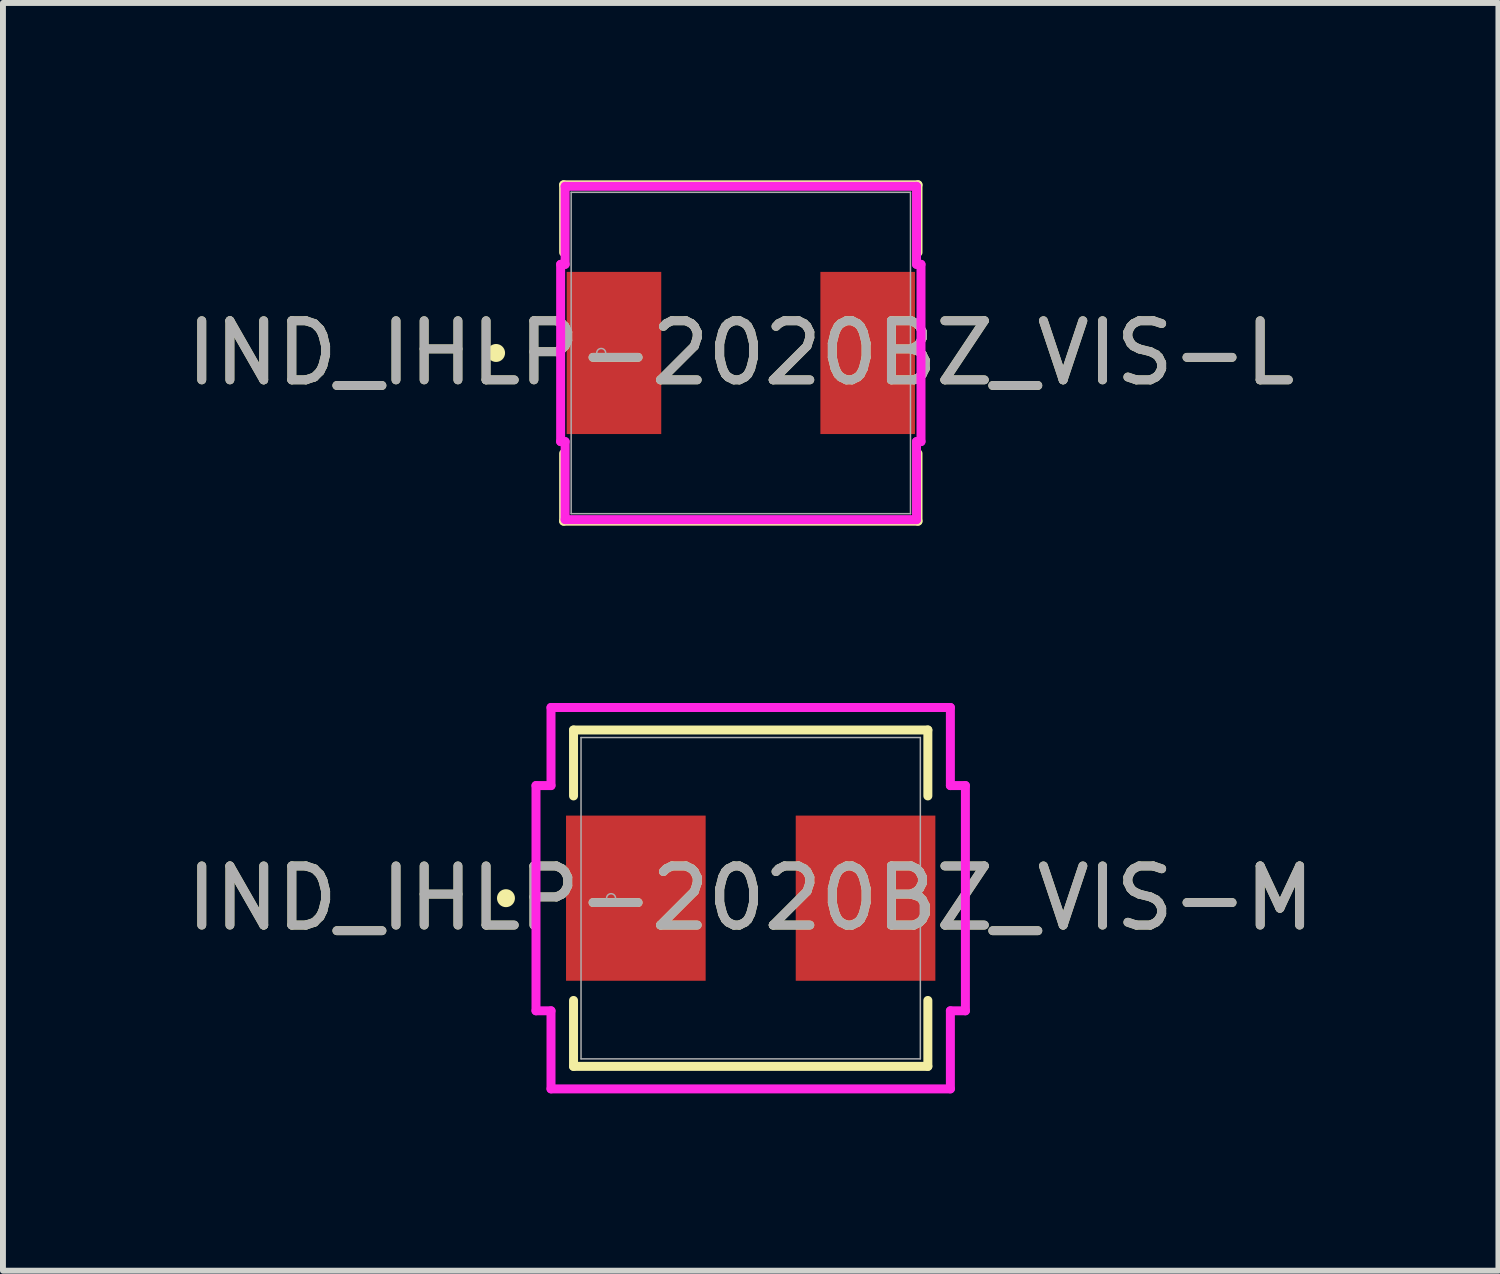
<source format=kicad_pcb>
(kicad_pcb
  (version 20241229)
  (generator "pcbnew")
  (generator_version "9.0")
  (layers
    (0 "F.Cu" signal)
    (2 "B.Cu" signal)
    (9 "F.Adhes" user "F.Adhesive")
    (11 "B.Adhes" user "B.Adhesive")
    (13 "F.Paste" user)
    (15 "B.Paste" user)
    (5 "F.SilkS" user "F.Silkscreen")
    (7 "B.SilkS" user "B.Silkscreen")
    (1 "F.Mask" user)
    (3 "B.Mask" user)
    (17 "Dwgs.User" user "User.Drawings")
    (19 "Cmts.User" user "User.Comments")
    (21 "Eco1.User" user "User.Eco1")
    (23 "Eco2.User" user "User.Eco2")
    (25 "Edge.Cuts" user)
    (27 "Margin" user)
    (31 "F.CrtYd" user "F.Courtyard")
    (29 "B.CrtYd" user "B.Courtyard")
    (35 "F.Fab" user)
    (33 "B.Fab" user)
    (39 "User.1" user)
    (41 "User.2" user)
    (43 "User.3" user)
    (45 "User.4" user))
  (footprint "IND_IHLP-2020BZ_VIS-M"
    (layer "F.Cu")
    (at 9.649 12.144)
    (property "Reference" "IND_IHLP-2020BZ_VIS-M" (at 0 0 0) (unlocked yes) (layer "F.SilkS") (effects (font (size 1 1) (thickness 0.15))))
    (attr smd)
    (fp_line (start -2.997 -2.845) (end -2.997 -1.73) (stroke (width 0.152) (type solid)) (layer "F.SilkS"))
    (fp_line (start -2.997 1.73) (end -2.997 2.845) (stroke (width 0.152) (type solid)) (layer "F.SilkS"))
    (fp_line (start -2.997 2.845) (end 2.997 2.845) (stroke (width 0.152) (type solid)) (layer "F.SilkS"))
    (fp_line (start 2.997 -2.845) (end -2.997 -2.845) (stroke (width 0.152) (type solid)) (layer "F.SilkS"))
    (fp_line (start 2.997 -1.73) (end 2.997 -2.845) (stroke (width 0.152) (type solid)) (layer "F.SilkS"))
    (fp_line (start 2.997 2.845) (end 2.997 1.73) (stroke (width 0.152) (type solid)) (layer "F.SilkS"))
    (fp_circle (center -4.14 0) (end -4.064 0) (stroke (width 0.152) (type solid)) (fill no) (layer "F.SilkS"))
    (fp_line (start -3.632 -1.905) (end -3.378 -1.905) (stroke (width 0.152) (type solid)) (layer "F.CrtYd"))
    (fp_line (start -3.632 1.905) (end -3.632 -1.905) (stroke (width 0.152) (type solid)) (layer "F.CrtYd"))
    (fp_line (start -3.378 -3.226) (end 3.378 -3.226) (stroke (width 0.152) (type solid)) (layer "F.CrtYd"))
    (fp_line (start -3.378 -1.905) (end -3.378 -3.226) (stroke (width 0.152) (type solid)) (layer "F.CrtYd"))
    (fp_line (start -3.378 1.905) (end -3.632 1.905) (stroke (width 0.152) (type solid)) (layer "F.CrtYd"))
    (fp_line (start -3.378 3.226) (end -3.378 1.905) (stroke (width 0.152) (type solid)) (layer "F.CrtYd"))
    (fp_line (start 3.378 -3.226) (end 3.378 -1.905) (stroke (width 0.152) (type solid)) (layer "F.CrtYd"))
    (fp_line (start 3.378 -1.905) (end 3.632 -1.905) (stroke (width 0.152) (type solid)) (layer "F.CrtYd"))
    (fp_line (start 3.378 1.905) (end 3.378 3.226) (stroke (width 0.152) (type solid)) (layer "F.CrtYd"))
    (fp_line (start 3.378 3.226) (end -3.378 3.226) (stroke (width 0.152) (type solid)) (layer "F.CrtYd"))
    (fp_line (start 3.632 -1.905) (end 3.632 1.905) (stroke (width 0.152) (type solid)) (layer "F.CrtYd"))
    (fp_line (start 3.632 1.905) (end 3.378 1.905) (stroke (width 0.152) (type solid)) (layer "F.CrtYd"))
    (fp_line (start -2.87 -2.718) (end -2.87 2.718) (stroke (width 0.025) (type solid)) (layer "F.Fab"))
    (fp_line (start -2.87 2.718) (end 2.87 2.718) (stroke (width 0.025) (type solid)) (layer "F.Fab"))
    (fp_line (start 2.87 -2.718) (end -2.87 -2.718) (stroke (width 0.025) (type solid)) (layer "F.Fab"))
    (fp_line (start 2.87 2.718) (end 2.87 -2.718) (stroke (width 0.025) (type solid)) (layer "F.Fab"))
    (fp_circle (center -2.362 0) (end -2.286 0) (stroke (width 0.025) (type solid)) (fill no) (layer "F.Fab"))
    (fp_text user "${REFERENCE}" (at 0 0 0) (unlocked yes) (layer "F.Fab") (effects (font (size 1 1) (thickness 0.15))))
    (pad "1" smd rect (at -1.943 0 90) (size 2.794 2.362) (layers "F.Cu" "F.Mask" "F.Paste"))
    (pad "2" smd rect (at 1.943 0 90) (size 2.794 2.362) (layers "F.Cu" "F.Mask" "F.Paste"))
    (zone (net_name "") (layer "F.Cu") (hatch full 0.508) (connect_pads) (min_thickness 0.254) (filled_areas_thickness no) (keepout (tracks not_allowed) (vias not_allowed) (pads allowed) (copperpour not_allowed) (footprints allowed)) (placement (enabled no)) (fill) (polygon (pts (xy 6.829 9.477) (xy 12.468 9.477) (xy 12.468 10.696) (xy 6.829 10.696))))
    (zone (net_name "") (layer "F.Cu") (hatch full 0.508) (connect_pads) (min_thickness 0.254) (filled_areas_thickness no) (keepout (tracks not_allowed) (vias not_allowed) (pads allowed) (copperpour not_allowed) (footprints allowed)) (placement (enabled no)) (fill) (polygon (pts (xy 6.829 13.592) (xy 12.468 13.592) (xy 12.468 14.811) (xy 6.829 14.811))))
    (zone (net_name "") (layer "F.Cu") (hatch full 0.508) (connect_pads) (min_thickness 0.254) (filled_areas_thickness no) (keepout (tracks not_allowed) (vias not_allowed) (pads allowed) (copperpour not_allowed) (footprints allowed)) (placement (enabled no)) (fill) (polygon (pts (xy 8.938 10.696) (xy 10.36 10.696) (xy 10.36 13.592) (xy 8.938 13.592)))))
  (footprint "IND_IHLP-2020BZ_VIS-L"
    (layer "F.Cu")
    (at 9.482 2.921)
    (property "Reference" "IND_IHLP-2020BZ_VIS-L" (at 0 0 0) (unlocked yes) (layer "F.SilkS") (effects (font (size 1 1) (thickness 0.15))))
    (attr smd)
    (fp_line (start -2.997 -2.845) (end -2.997 -1.7) (stroke (width 0.152) (type solid)) (layer "F.SilkS"))
    (fp_line (start -2.997 1.7) (end -2.997 2.845) (stroke (width 0.152) (type solid)) (layer "F.SilkS"))
    (fp_line (start -2.997 2.845) (end 2.997 2.845) (stroke (width 0.152) (type solid)) (layer "F.SilkS"))
    (fp_line (start 2.997 -2.845) (end -2.997 -2.845) (stroke (width 0.152) (type solid)) (layer "F.SilkS"))
    (fp_line (start 2.997 -1.7) (end 2.997 -2.845) (stroke (width 0.152) (type solid)) (layer "F.SilkS"))
    (fp_line (start 2.997 2.845) (end 2.997 1.7) (stroke (width 0.152) (type solid)) (layer "F.SilkS"))
    (fp_circle (center -4.14 0) (end -4.064 0) (stroke (width 0.152) (type solid)) (fill no) (layer "F.SilkS"))
    (fp_line (start -3.048 -1.499) (end -2.972 -1.499) (stroke (width 0.152) (type solid)) (layer "F.CrtYd"))
    (fp_line (start -3.048 1.499) (end -3.048 -1.499) (stroke (width 0.152) (type solid)) (layer "F.CrtYd"))
    (fp_line (start -2.972 -2.819) (end 2.972 -2.819) (stroke (width 0.152) (type solid)) (layer "F.CrtYd"))
    (fp_line (start -2.972 -1.499) (end -2.972 -2.819) (stroke (width 0.152) (type solid)) (layer "F.CrtYd"))
    (fp_line (start -2.972 1.499) (end -3.048 1.499) (stroke (width 0.152) (type solid)) (layer "F.CrtYd"))
    (fp_line (start -2.972 2.819) (end -2.972 1.499) (stroke (width 0.152) (type solid)) (layer "F.CrtYd"))
    (fp_line (start 2.972 -2.819) (end 2.972 -1.499) (stroke (width 0.152) (type solid)) (layer "F.CrtYd"))
    (fp_line (start 2.972 -1.499) (end 3.048 -1.499) (stroke (width 0.152) (type solid)) (layer "F.CrtYd"))
    (fp_line (start 2.972 1.499) (end 2.972 2.819) (stroke (width 0.152) (type solid)) (layer "F.CrtYd"))
    (fp_line (start 2.972 2.819) (end -2.972 2.819) (stroke (width 0.152) (type solid)) (layer "F.CrtYd"))
    (fp_line (start 3.048 -1.499) (end 3.048 1.499) (stroke (width 0.152) (type solid)) (layer "F.CrtYd"))
    (fp_line (start 3.048 1.499) (end 2.972 1.499) (stroke (width 0.152) (type solid)) (layer "F.CrtYd"))
    (fp_line (start -2.87 -2.718) (end -2.87 2.718) (stroke (width 0.025) (type solid)) (layer "F.Fab"))
    (fp_line (start -2.87 2.718) (end 2.87 2.718) (stroke (width 0.025) (type solid)) (layer "F.Fab"))
    (fp_line (start 2.87 -2.718) (end -2.87 -2.718) (stroke (width 0.025) (type solid)) (layer "F.Fab"))
    (fp_line (start 2.87 2.718) (end 2.87 -2.718) (stroke (width 0.025) (type solid)) (layer "F.Fab"))
    (fp_circle (center -2.362 0) (end -2.286 0) (stroke (width 0.025) (type solid)) (fill no) (layer "F.Fab"))
    (fp_text user "${REFERENCE}" (at 0 0 0) (unlocked yes) (layer "F.Fab") (effects (font (size 1 1) (thickness 0.15))))
    (pad "1" smd rect (at -2.146 0 90) (size 2.743 1.6) (layers "F.Cu" "F.Mask" "F.Paste"))
    (pad "2" smd rect (at 2.146 0 90) (size 2.743 1.6) (layers "F.Cu" "F.Mask" "F.Paste"))
    (zone (net_name "") (layer "F.Cu") (hatch full 0.508) (connect_pads) (min_thickness 0.254) (filled_areas_thickness no) (keepout (tracks not_allowed) (vias not_allowed) (pads allowed) (copperpour not_allowed) (footprints allowed)) (placement (enabled no)) (fill) (polygon (pts (xy 6.663 0.254) (xy 12.302 0.254) (xy 12.302 1.473) (xy 6.663 1.473))))
    (zone (net_name "") (layer "F.Cu") (hatch full 0.508) (connect_pads) (min_thickness 0.254) (filled_areas_thickness no) (keepout (tracks not_allowed) (vias not_allowed) (pads allowed) (copperpour not_allowed) (footprints allowed)) (placement (enabled no)) (fill) (polygon (pts (xy 6.663 4.369) (xy 12.302 4.369) (xy 12.302 5.588) (xy 6.663 5.588))))
    (zone (net_name "") (layer "F.Cu") (hatch full 0.508) (connect_pads) (min_thickness 0.254) (filled_areas_thickness no) (keepout (tracks not_allowed) (vias not_allowed) (pads allowed) (copperpour not_allowed) (footprints allowed)) (placement (enabled no)) (fill) (polygon (pts (xy 8.187 1.473) (xy 10.778 1.473) (xy 10.778 4.369) (xy 8.187 4.369)))))
  (gr_rect
    (start -3 -3)
    (end 22.298 18.446)
    (stroke (width 0.1) (type default))
    (fill no)
    (layer "Edge.Cuts")))
</source>
